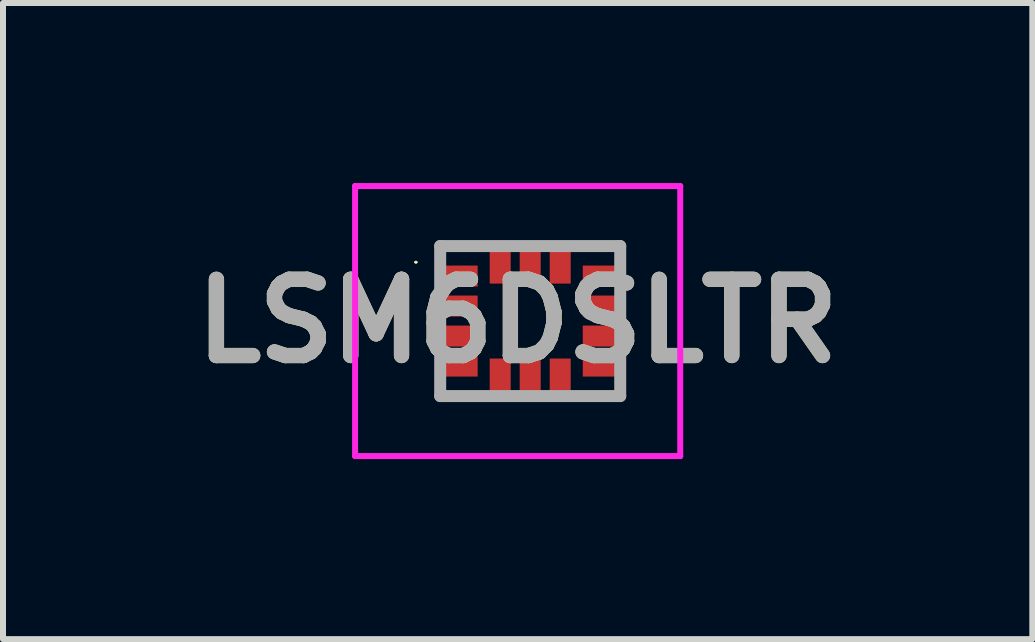
<source format=kicad_pcb>
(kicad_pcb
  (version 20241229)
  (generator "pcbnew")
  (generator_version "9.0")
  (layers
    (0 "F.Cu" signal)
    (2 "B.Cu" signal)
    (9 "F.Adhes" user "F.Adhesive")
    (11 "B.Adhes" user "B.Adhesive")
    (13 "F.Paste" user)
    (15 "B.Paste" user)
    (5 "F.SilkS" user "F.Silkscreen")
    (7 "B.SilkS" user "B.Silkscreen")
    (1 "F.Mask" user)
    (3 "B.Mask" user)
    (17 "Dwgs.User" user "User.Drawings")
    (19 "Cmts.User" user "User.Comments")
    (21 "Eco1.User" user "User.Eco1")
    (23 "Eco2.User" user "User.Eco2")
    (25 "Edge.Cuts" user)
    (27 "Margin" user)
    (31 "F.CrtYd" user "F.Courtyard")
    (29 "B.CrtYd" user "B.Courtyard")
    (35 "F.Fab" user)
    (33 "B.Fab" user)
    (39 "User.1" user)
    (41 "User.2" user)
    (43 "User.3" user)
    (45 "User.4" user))
  (footprint "LSM6DSLTR"
    (layer "F.Cu")
    (at 5.785 2.3)
    (property "Reference" "LSM6DSLTR" (at -0.209 0 0) (layer "F.SilkS") (effects (font (size 1.27 1.27) (thickness 0.254))))
    (attr smd)
    (fp_line (start -1.918 -0.98) (end -1.918 -0.98) (stroke (width 0.027) (type solid)) (layer "F.SilkS"))
    (fp_line (start -1.891 -0.98) (end -1.891 -0.98) (stroke (width 0.027) (type solid)) (layer "F.SilkS"))
    (fp_arc (start -1.918 -0.98) (mid -1.9045 -0.9935) (end -1.891 -0.98) (stroke (width 0.027) (type solid)) (layer "F.SilkS"))
    (fp_arc (start -1.891 -0.98) (mid -1.9045 -0.9665) (end -1.918 -0.98) (stroke (width 0.027) (type solid)) (layer "F.SilkS"))
    (fp_line (start -2.918 -2.25) (end 2.5 -2.25) (stroke (width 0.1) (type solid)) (layer "F.CrtYd"))
    (fp_line (start -2.918 2.25) (end -2.918 -2.25) (stroke (width 0.1) (type solid)) (layer "F.CrtYd"))
    (fp_line (start 2.5 -2.25) (end 2.5 2.25) (stroke (width 0.1) (type solid)) (layer "F.CrtYd"))
    (fp_line (start 2.5 2.25) (end -2.918 2.25) (stroke (width 0.1) (type solid)) (layer "F.CrtYd"))
    (fp_line (start -1.5 -1.25) (end 1.5 -1.25) (stroke (width 0.2) (type solid)) (layer "F.Fab"))
    (fp_line (start -1.5 1.25) (end -1.5 -1.25) (stroke (width 0.2) (type solid)) (layer "F.Fab"))
    (fp_line (start 1.5 -1.25) (end 1.5 1.25) (stroke (width 0.2) (type solid)) (layer "F.Fab"))
    (fp_line (start 1.5 1.25) (end -1.5 1.25) (stroke (width 0.2) (type solid)) (layer "F.Fab"))
    (fp_text user "${REFERENCE}" (at -0.209 0 0) (layer "F.Fab") (effects (font (size 1.27 1.27) (thickness 0.254))))
    (pad "1" smd rect (at -1.163 -0.75 90) (size 0.35 0.575) (layers "F.Cu" "F.Mask" "F.Paste"))
    (pad "2" smd rect (at -1.163 -0.25 90) (size 0.35 0.575) (layers "F.Cu" "F.Mask" "F.Paste"))
    (pad "3" smd rect (at -1.163 0.25 90) (size 0.35 0.575) (layers "F.Cu" "F.Mask" "F.Paste"))
    (pad "4" smd rect (at -1.163 0.75 90) (size 0.35 0.575) (layers "F.Cu" "F.Mask" "F.Paste"))
    (pad "5" smd rect (at -0.5 0.912) (size 0.35 0.575) (layers "F.Cu" "F.Mask" "F.Paste"))
    (pad "6" smd rect (at 0 0.912) (size 0.35 0.575) (layers "F.Cu" "F.Mask" "F.Paste"))
    (pad "7" smd rect (at 0.5 0.912) (size 0.35 0.575) (layers "F.Cu" "F.Mask" "F.Paste"))
    (pad "8" smd rect (at 1.163 0.75 90) (size 0.35 0.575) (layers "F.Cu" "F.Mask" "F.Paste"))
    (pad "9" smd rect (at 1.163 0.25 90) (size 0.35 0.575) (layers "F.Cu" "F.Mask" "F.Paste"))
    (pad "10" smd rect (at 1.163 -0.25 90) (size 0.35 0.575) (layers "F.Cu" "F.Mask" "F.Paste"))
    (pad "11" smd rect (at 1.163 -0.75 90) (size 0.35 0.575) (layers "F.Cu" "F.Mask" "F.Paste"))
    (pad "12" smd rect (at 0.5 -0.912) (size 0.35 0.575) (layers "F.Cu" "F.Mask" "F.Paste"))
    (pad "13" smd rect (at 0 -0.912) (size 0.35 0.575) (layers "F.Cu" "F.Mask" "F.Paste"))
    (pad "14" smd rect (at -0.5 -0.912) (size 0.35 0.575) (layers "F.Cu" "F.Mask" "F.Paste")))
  (gr_rect
    (start -3 -3)
    (end 14.152 7.6)
    (stroke (width 0.1) (type default))
    (fill no)
    (layer "Edge.Cuts")))
</source>
